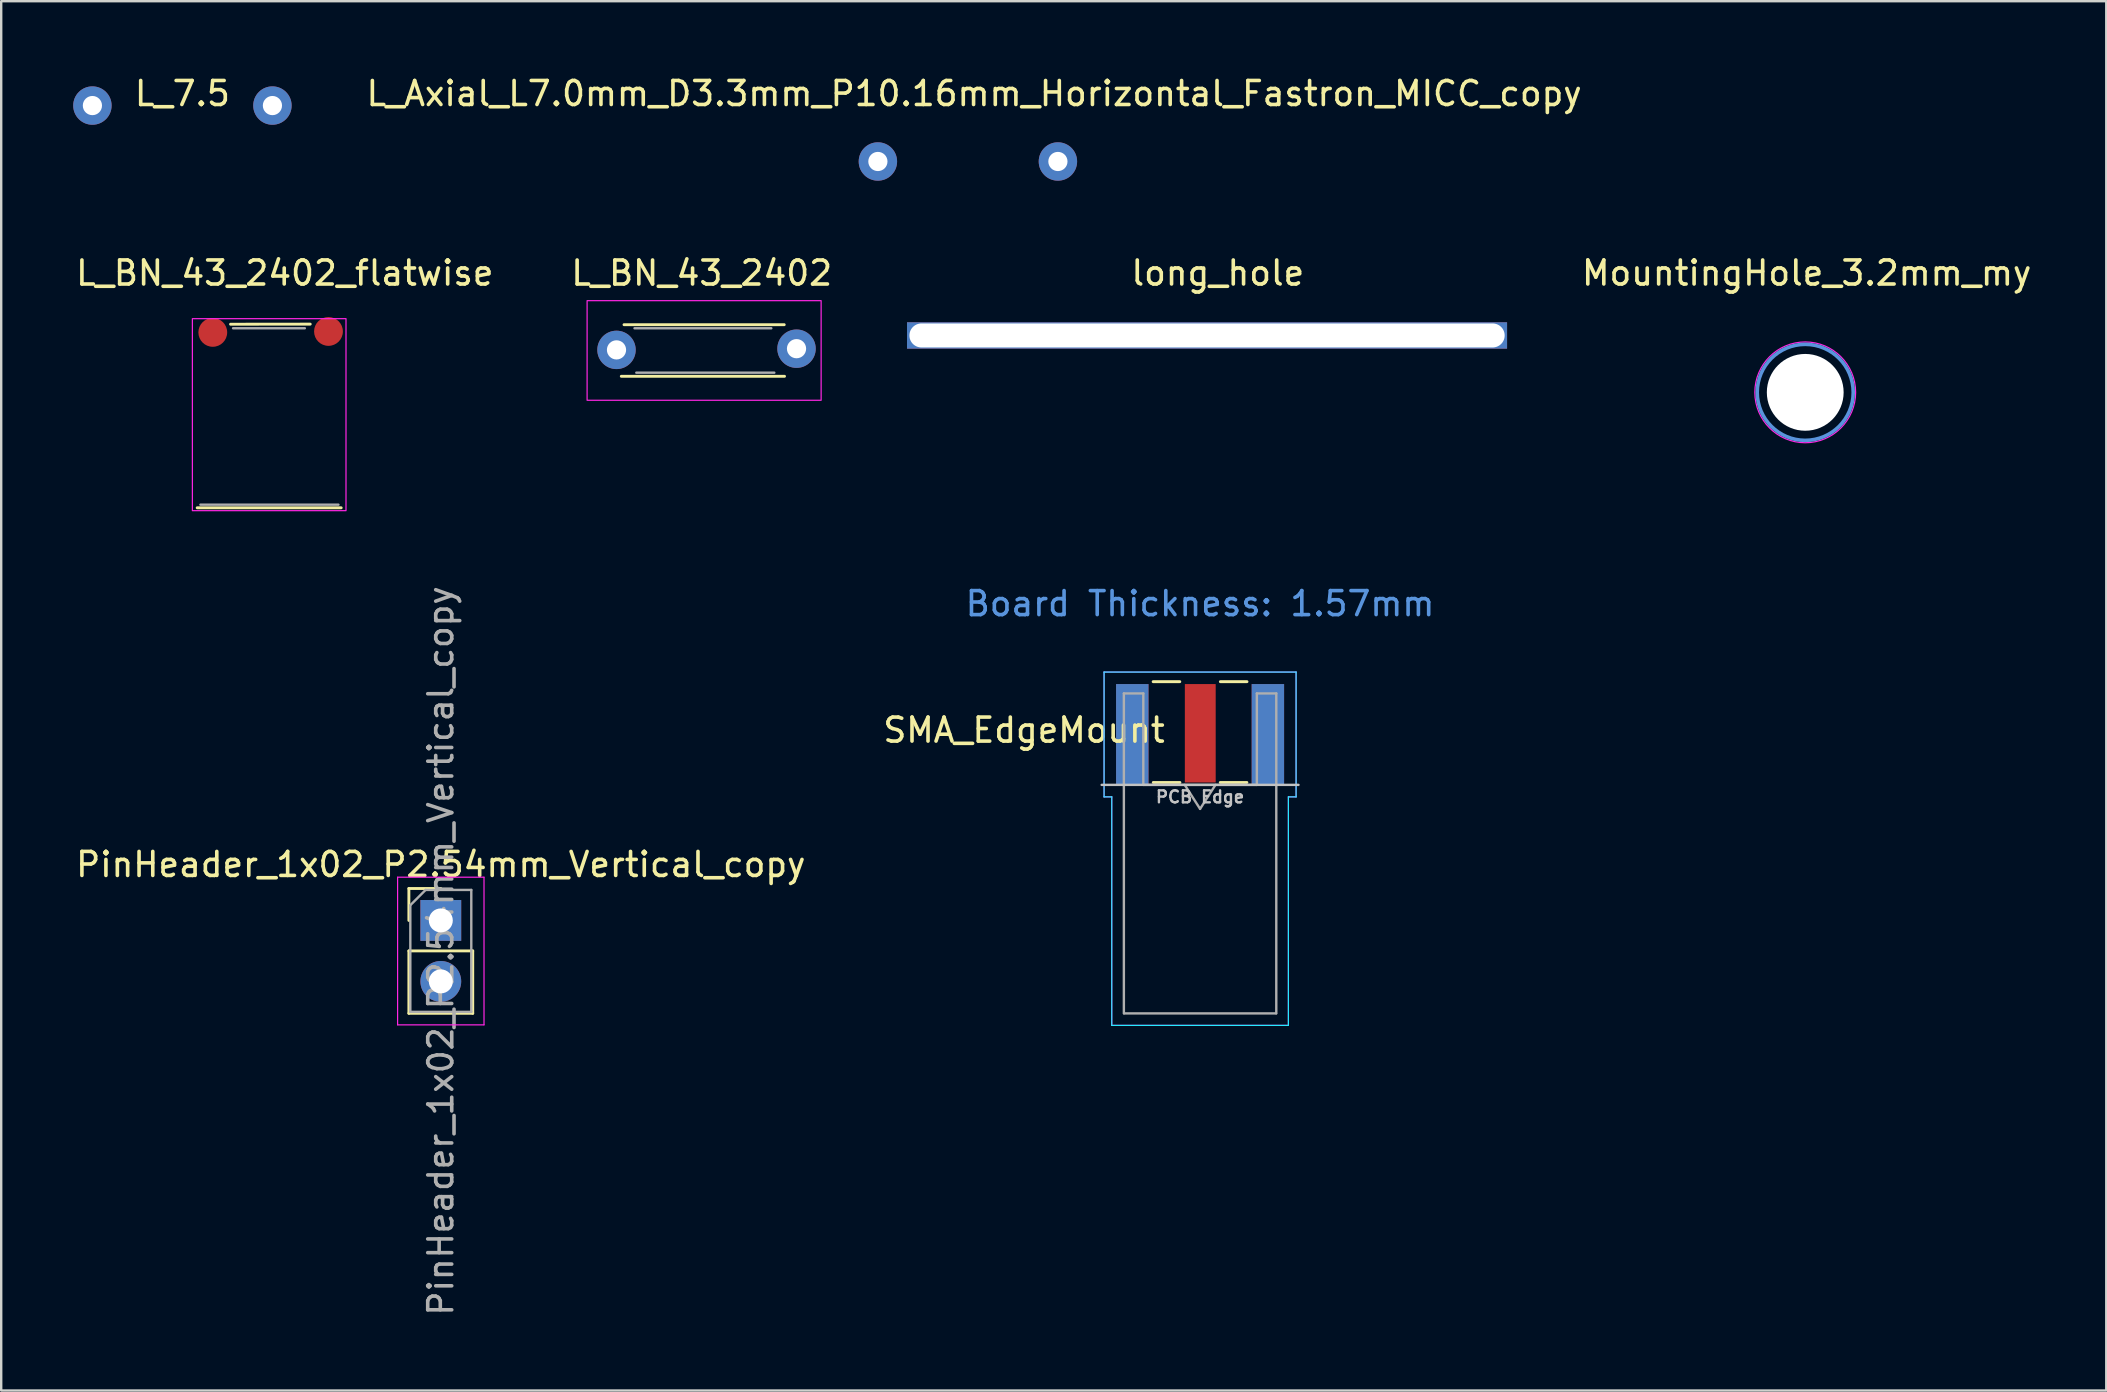
<source format=kicad_pcb>
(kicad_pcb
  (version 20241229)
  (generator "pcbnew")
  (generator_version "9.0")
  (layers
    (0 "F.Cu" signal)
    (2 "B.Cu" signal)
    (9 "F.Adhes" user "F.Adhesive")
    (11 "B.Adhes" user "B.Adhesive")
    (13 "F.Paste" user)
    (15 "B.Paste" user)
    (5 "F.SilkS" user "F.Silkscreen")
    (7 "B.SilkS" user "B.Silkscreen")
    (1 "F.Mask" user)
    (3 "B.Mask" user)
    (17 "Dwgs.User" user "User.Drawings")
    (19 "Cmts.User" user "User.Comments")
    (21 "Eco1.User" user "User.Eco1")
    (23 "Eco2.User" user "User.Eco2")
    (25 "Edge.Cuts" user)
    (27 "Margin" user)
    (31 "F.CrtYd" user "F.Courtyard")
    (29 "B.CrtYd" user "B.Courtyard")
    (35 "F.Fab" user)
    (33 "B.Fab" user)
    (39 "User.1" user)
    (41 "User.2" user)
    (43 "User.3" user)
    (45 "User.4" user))
  (footprint "L_BN_43_2402_flatwise"
    (layer "F.Cu")
    (at 8.165 14.226)
    (property "Reference" "L_BN_43_2402_flatwise" (at 0.65 -5.9 0) (unlocked yes) (layer "F.SilkS") (effects (font (size 1 1) (thickness 0.15))))
    (attr through_hole)
    (fp_line (start -3 3.88) (end 3 3.88) (stroke (width 0.12) (type solid)) (layer "F.SilkS"))
    (fp_line (start 1.71 -3.772) (end -1.61 -3.768) (stroke (width 0.12) (type solid)) (layer "F.SilkS"))
    (fp_rect (start -3.2 -4) (end 3.2 4) (stroke (width 0.05) (type solid)) (fill no) (layer "F.CrtYd"))
    (fp_line (start -2.865 3.75) (end 2.885 3.75) (stroke (width 0.1) (type solid)) (layer "F.Fab"))
    (fp_line (start 1.485 -3.6) (end -1.505 -3.6) (stroke (width 0.1) (type solid)) (layer "F.Fab"))
    (pad "1" smd circle (at -2.35 -3.428) (size 1.2 1.2) (layers "F.Cu" "F.Mask" "F.Paste"))
    (pad "2" smd circle (at 2.47 -3.467) (size 1.2 1.2) (layers "F.Cu" "F.Mask" "F.Paste")))
  (footprint "L_BN_43_2402"
    (layer "F.Cu")
    (at 25.935 11.527)
    (property "Reference" "L_BN_43_2402" (at 0.25 -3.2 0) (unlocked yes) (layer "F.SilkS") (effects (font (size 1 1) (thickness 0.15))))
    (attr through_hole)
    (fp_line (start -3.1 1.1) (end 3.7 1.1) (stroke (width 0.12) (type solid)) (layer "F.SilkS"))
    (fp_line (start 3.688 -1.05) (end -2.987 -1.05) (stroke (width 0.12) (type solid)) (layer "F.SilkS"))
    (fp_rect (start -4.525 -2.05) (end 5.225 2.1) (stroke (width 0.05) (type solid)) (fill no) (layer "F.CrtYd"))
    (fp_line (start -2.475 0.95) (end 3.275 0.95) (stroke (width 0.1) (type solid)) (layer "F.Fab"))
    (fp_line (start 3.15 -0.9) (end -2.55 -0.9) (stroke (width 0.1) (type solid)) (layer "F.Fab"))
    (pad "1" thru_hole circle (at -3.3 0) (size 1.6 1.6) (drill 0.8) (layers "*.Cu" "*.Mask"))
    (pad "2" thru_hole circle (at 4.2 -0.05) (size 1.6 1.6) (drill 0.8) (layers "*.Cu" "*.Mask")))
  (footprint "MountingHole_3.2mm_my"
    (layer "F.Cu")
    (at 72.16 13.296)
    (property "Reference" "MountingHole_3.2mm_my" (at 0.06 -4.97 0) (unlocked yes) (layer "F.SilkS") (effects (font (size 1 1) (thickness 0.15))))
    (attr through_hole)
    (fp_circle (center 0 0) (end 2 0) (stroke (width 0.15) (type solid)) (fill no) (layer "Cmts.User"))
    (fp_circle (center 0 0) (end 2.1 0) (stroke (width 0.05) (type solid)) (fill no) (layer "F.CrtYd"))
    (pad "" np_thru_hole circle (at 0 0) (size 3.2 3.2) (drill 3.2) (layers "*.Cu" "*.Mask")))
  (footprint "long_hole"
    (layer "F.Cu")
    (at 47.288 10.976)
    (property "Reference" "long_hole" (at 0.4 -2.65 0) (unlocked yes) (layer "F.SilkS") (effects (font (size 1 1) (thickness 0.15))))
    (attr smd)
    (pad "1" thru_hole roundrect (at -0.05 -0.05 90) (size 1.1 25) (drill oval 1 24.8) (layers "*.Cu" "*.Mask") (roundrect_rratio 0.007)))
  (footprint "L_7.5"
    (layer "F.Cu")
    (at 4.55 1.348)
    (property "Reference" "L_7.5" (at 0 -0.5 0) (unlocked yes) (layer "F.SilkS") (effects (font (size 1 1) (thickness 0.15))))
    (attr smd)
    (pad "1" thru_hole circle (at -3.75 0) (size 1.6 1.6) (drill 0.8) (layers "*.Cu" "*.Mask"))
    (pad "2" thru_hole oval (at 3.75 0) (size 1.6 1.6) (drill 0.8) (layers "*.Cu" "*.Mask")))
  (footprint "PinHeader_1x02_P2.54mm_Vertical_copy"
    (layer "F.Cu")
    (at 15.315 35.297)
    (property "Reference" "PinHeader_1x02_P2.54mm_Vertical_copy" (at 0 -2.33 0) (layer "F.SilkS") (effects (font (size 1 1) (thickness 0.15))))
    (attr through_hole)
    (fp_line (start -1.33 -1.33) (end 0 -1.33) (stroke (width 0.12) (type solid)) (layer "F.SilkS"))
    (fp_line (start -1.33 0) (end -1.33 -1.33) (stroke (width 0.12) (type solid)) (layer "F.SilkS"))
    (fp_line (start -1.33 1.27) (end -1.33 3.87) (stroke (width 0.12) (type solid)) (layer "F.SilkS"))
    (fp_line (start -1.33 1.27) (end 1.33 1.27) (stroke (width 0.12) (type solid)) (layer "F.SilkS"))
    (fp_line (start -1.33 3.87) (end 1.33 3.87) (stroke (width 0.12) (type solid)) (layer "F.SilkS"))
    (fp_line (start 1.33 1.27) (end 1.33 3.87) (stroke (width 0.12) (type solid)) (layer "F.SilkS"))
    (fp_line (start -1.8 -1.8) (end -1.8 4.35) (stroke (width 0.05) (type solid)) (layer "F.CrtYd"))
    (fp_line (start -1.8 4.35) (end 1.8 4.35) (stroke (width 0.05) (type solid)) (layer "F.CrtYd"))
    (fp_line (start 1.8 -1.8) (end -1.8 -1.8) (stroke (width 0.05) (type solid)) (layer "F.CrtYd"))
    (fp_line (start 1.8 4.35) (end 1.8 -1.8) (stroke (width 0.05) (type solid)) (layer "F.CrtYd"))
    (fp_line (start -1.27 -0.635) (end -0.635 -1.27) (stroke (width 0.1) (type solid)) (layer "F.Fab"))
    (fp_line (start -1.27 3.81) (end -1.27 -0.635) (stroke (width 0.1) (type solid)) (layer "F.Fab"))
    (fp_line (start -0.635 -1.27) (end 1.27 -1.27) (stroke (width 0.1) (type solid)) (layer "F.Fab"))
    (fp_line (start 1.27 -1.27) (end 1.27 3.81) (stroke (width 0.1) (type solid)) (layer "F.Fab"))
    (fp_line (start 1.27 3.81) (end -1.27 3.81) (stroke (width 0.1) (type solid)) (layer "F.Fab"))
    (fp_text user "${REFERENCE}" (at 0 1.27 90) (layer "F.Fab") (effects (font (size 1 1) (thickness 0.15))))
    (pad "1" thru_hole rect (at 0 0) (size 1.7 1.7) (drill 1) (layers "*.Cu" "*.Mask"))
    (pad "2" thru_hole oval (at 0 2.54) (size 1.7 1.7) (drill 1) (layers "*.Cu" "*.Mask")))
  (footprint "SMA_EdgeMount"
    (layer "F.Cu")
    (at 46.823 27.4)
    (property "Reference" "SMA_EdgeMount" (at -7.21 -0.03 0) (unlocked yes) (layer "F.SilkS") (effects (font (size 1 1) (thickness 0.15))))
    (attr through_hole)
    (fp_line (start -1.83 -2.05) (end -0.72 -2.05) (stroke (width 0.12) (type solid)) (layer "F.SilkS"))
    (fp_line (start -1.825 2.15) (end -0.715 2.15) (stroke (width 0.12) (type solid)) (layer "F.SilkS"))
    (fp_line (start 0.965 2.15) (end 2.075 2.15) (stroke (width 0.12) (type solid)) (layer "F.SilkS"))
    (fp_line (start 0.97 -2.05) (end 2.08 -2.05) (stroke (width 0.12) (type solid)) (layer "F.SilkS"))
    (fp_line (start 4.225 2.25) (end -3.975 2.25) (stroke (width 0.1) (type solid)) (layer "Dwgs.User"))
    (fp_line (start -3.875 -2.45) (end 4.125 -2.45) (stroke (width 0.05) (type solid)) (layer "B.CrtYd"))
    (fp_line (start -3.875 2.75) (end -3.875 -2.45) (stroke (width 0.05) (type solid)) (layer "B.CrtYd"))
    (fp_line (start -3.555 2.75) (end -3.875 2.75) (stroke (width 0.05) (type solid)) (layer "B.CrtYd"))
    (fp_line (start -3.555 12.27) (end -3.555 2.75) (stroke (width 0.05) (type solid)) (layer "B.CrtYd"))
    (fp_line (start 3.805 2.75) (end 3.805 12.27) (stroke (width 0.05) (type solid)) (layer "B.CrtYd"))
    (fp_line (start 3.805 12.27) (end -3.555 12.27) (stroke (width 0.05) (type solid)) (layer "B.CrtYd"))
    (fp_line (start 4.125 2.75) (end 3.805 2.75) (stroke (width 0.05) (type solid)) (layer "B.CrtYd"))
    (fp_line (start 4.125 2.75) (end 4.125 -2.45) (stroke (width 0.05) (type solid)) (layer "B.CrtYd"))
    (fp_line (start -3.875 -2.45) (end 4.125 -2.45) (stroke (width 0.05) (type solid)) (layer "F.CrtYd"))
    (fp_line (start -3.875 2.75) (end -3.875 -2.45) (stroke (width 0.05) (type solid)) (layer "F.CrtYd"))
    (fp_line (start -3.555 2.75) (end -3.875 2.75) (stroke (width 0.05) (type solid)) (layer "F.CrtYd"))
    (fp_line (start -3.555 12.27) (end -3.555 2.75) (stroke (width 0.05) (type solid)) (layer "F.CrtYd"))
    (fp_line (start 3.805 2.75) (end 3.805 12.27) (stroke (width 0.05) (type solid)) (layer "F.CrtYd"))
    (fp_line (start 3.805 2.75) (end 4.125 2.75) (stroke (width 0.05) (type solid)) (layer "F.CrtYd"))
    (fp_line (start 3.805 12.27) (end -3.555 12.27) (stroke (width 0.05) (type solid)) (layer "F.CrtYd"))
    (fp_line (start 4.125 2.75) (end 4.125 -2.45) (stroke (width 0.05) (type solid)) (layer "F.CrtYd"))
    (fp_line (start -3.05 -1.56) (end -3.05 11.77) (stroke (width 0.1) (type solid)) (layer "F.Fab"))
    (fp_line (start -2.24 -1.56) (end -3.05 -1.56) (stroke (width 0.1) (type solid)) (layer "F.Fab"))
    (fp_line (start -2.24 2.25) (end -2.24 -1.56) (stroke (width 0.1) (type solid)) (layer "F.Fab"))
    (fp_line (start 0.125 3.25) (end -0.515 2.25) (stroke (width 0.1) (type solid)) (layer "F.Fab"))
    (fp_line (start 0.765 2.25) (end 0.125 3.25) (stroke (width 0.1) (type solid)) (layer "F.Fab"))
    (fp_line (start 2.49 -1.56) (end 2.49 2.25) (stroke (width 0.1) (type solid)) (layer "F.Fab"))
    (fp_line (start 2.49 2.25) (end -2.24 2.25) (stroke (width 0.1) (type solid)) (layer "F.Fab"))
    (fp_line (start 3.29 11.77) (end -3.04 11.77) (stroke (width 0.1) (type solid)) (layer "F.Fab"))
    (fp_line (start 3.3 -1.56) (end 2.49 -1.56) (stroke (width 0.1) (type solid)) (layer "F.Fab"))
    (fp_line (start 3.3 -1.56) (end 3.3 11.77) (stroke (width 0.1) (type solid)) (layer "F.Fab"))
    (fp_text user "PCB Edge" (at 0.125 2.75 0) (layer "Dwgs.User") (effects (font (size 0.5 0.5) (thickness 0.1))))
    (fp_text user "Board Thickness: 1.57mm" (at 0.125 -5.3 0) (layer "Cmts.User") (effects (font (size 1 1) (thickness 0.15))))
    (pad "1" smd rect (at 0.133 0.1) (size 1.285 4.1) (layers "F.Cu" "F.Mask" "F.Paste"))
    (pad "2" smd rect (at -2.7 0.15) (size 1.35 4.2) (layers "F.Cu" "F.Mask" "F.Paste"))
    (pad "2" smd rect (at -2.7 0.15) (size 1.35 4.2) (layers "B.Cu" "B.Mask" "B.Paste"))
    (pad "2" smd rect (at 2.95 0.15) (size 1.35 4.2) (layers "F.Cu" "F.Mask" "F.Paste"))
    (pad "2" smd rect (at 2.95 0.15) (size 1.35 4.2) (layers "B.Cu" "B.Mask" "B.Paste")))
  (footprint "L_Axial_L7.0mm_D3.3mm_P10.16mm_Horizontal_Fastron_MICC_copy"
    (layer "F.Cu")
    (at 37.275 3.678)
    (property "Reference" "L_Axial_L7.0mm_D3.3mm_P10.16mm_Horizontal_Fastron_MICC_copy" (at 0.26 -2.83 0) (layer "F.SilkS") (effects (font (size 1 1) (thickness 0.15))))
    (attr through_hole)
    (pad "1" thru_hole circle (at -3.75 0) (size 1.6 1.6) (drill 0.8) (layers "*.Cu" "*.Mask"))
    (pad "2" thru_hole oval (at 3.75 0) (size 1.6 1.6) (drill 0.8) (layers "*.Cu" "*.Mask")))
  (gr_rect
    (start -3 -3)
    (end 84.702 54.882)
    (stroke (width 0.1) (type default))
    (fill no)
    (layer "Edge.Cuts")))
</source>
